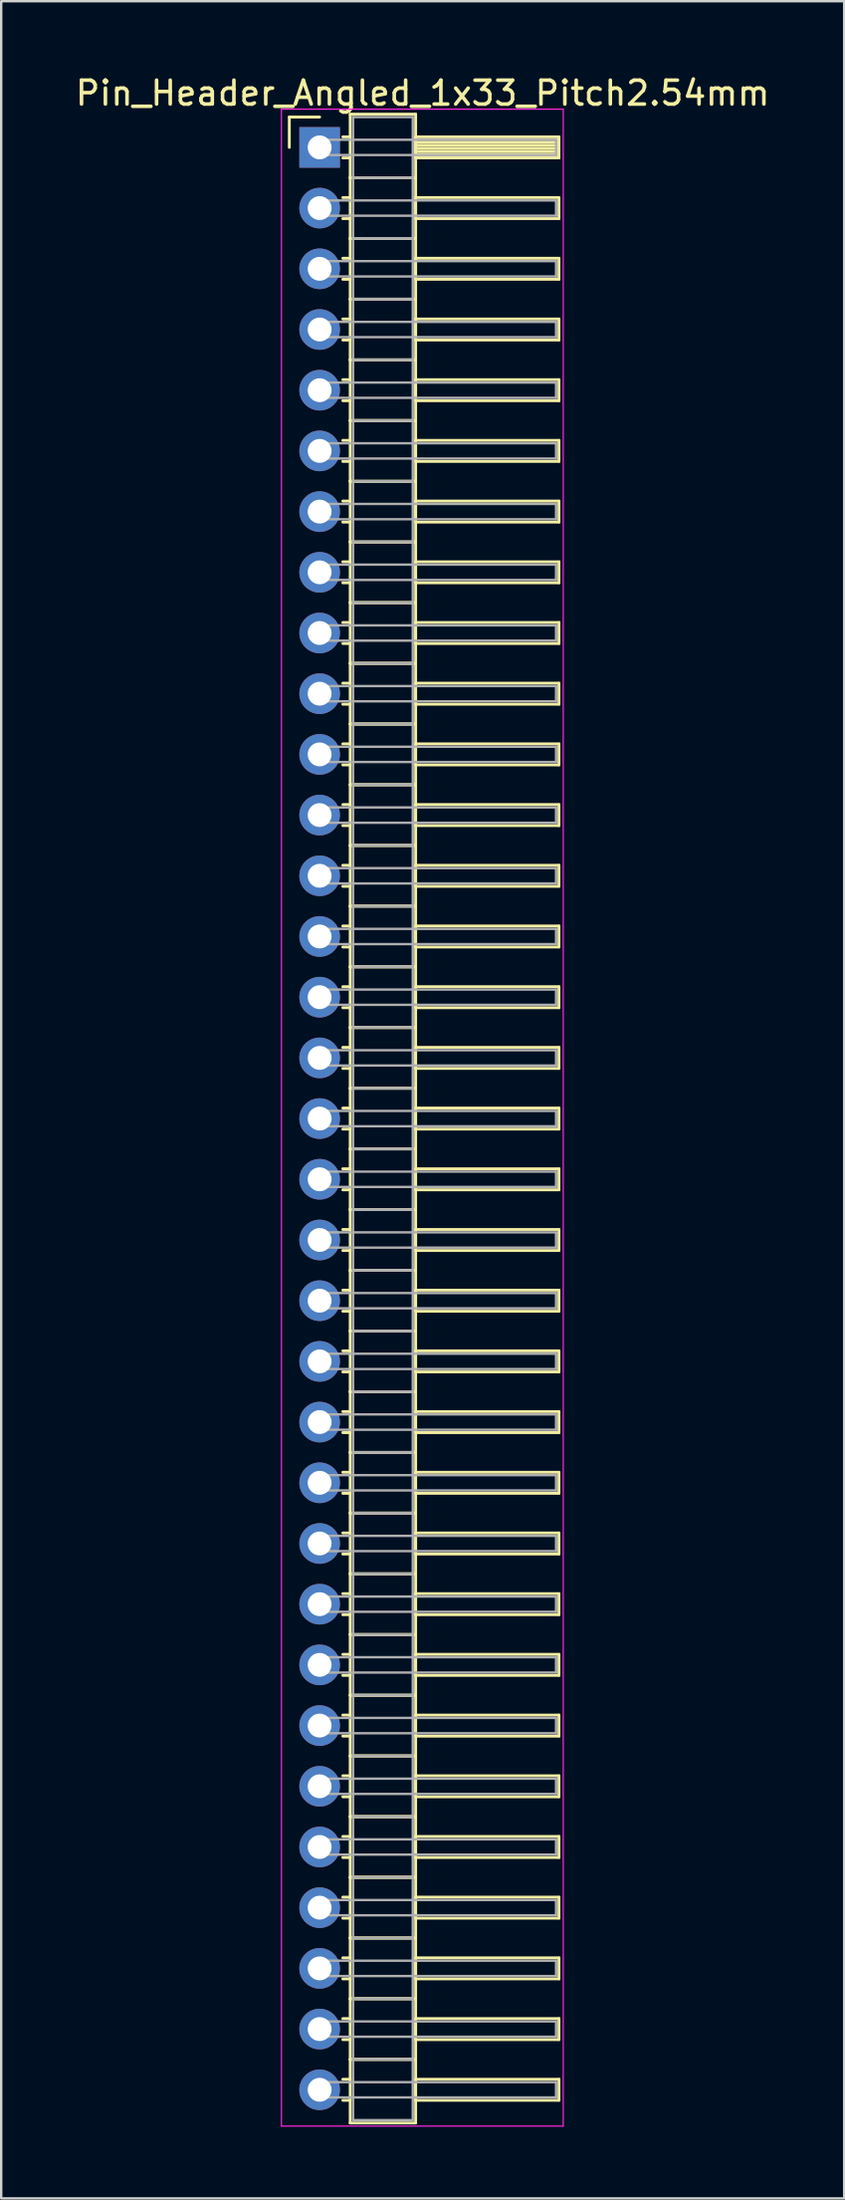
<source format=kicad_pcb>
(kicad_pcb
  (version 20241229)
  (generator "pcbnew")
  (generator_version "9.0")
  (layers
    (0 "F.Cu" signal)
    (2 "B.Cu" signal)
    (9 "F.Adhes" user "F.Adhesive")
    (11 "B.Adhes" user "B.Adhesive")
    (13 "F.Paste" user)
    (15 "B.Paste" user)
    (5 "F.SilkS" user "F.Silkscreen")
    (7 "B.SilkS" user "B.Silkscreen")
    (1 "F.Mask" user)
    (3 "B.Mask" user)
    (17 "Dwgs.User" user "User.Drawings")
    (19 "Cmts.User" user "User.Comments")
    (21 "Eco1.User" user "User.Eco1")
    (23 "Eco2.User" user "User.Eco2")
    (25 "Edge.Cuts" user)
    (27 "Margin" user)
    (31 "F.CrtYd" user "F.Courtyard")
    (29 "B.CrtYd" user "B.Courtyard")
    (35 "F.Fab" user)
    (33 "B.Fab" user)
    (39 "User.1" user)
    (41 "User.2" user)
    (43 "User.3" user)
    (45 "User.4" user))
  (footprint "Pin_Header_Angled_1x33_Pitch2.54mm"
    (layer "F.Cu")
    (at 10.334 3.118)
    (property "Reference" "Pin_Header_Angled_1x33_Pitch2.54mm" (at 4.315 -2.27 0) (layer "F.SilkS") (effects (font (size 1 1) (thickness 0.15))))
    (attr through_hole)
    (fp_line (start -1.27 -1.27) (end 0 -1.27) (stroke (width 0.12) (type solid)) (layer "F.SilkS"))
    (fp_line (start -1.27 0) (end -1.27 -1.27) (stroke (width 0.12) (type solid)) (layer "F.SilkS"))
    (fp_line (start 0.97 -0.44) (end 1.28 -0.44) (stroke (width 0.12) (type solid)) (layer "F.SilkS"))
    (fp_line (start 0.97 0.44) (end 1.28 0.44) (stroke (width 0.12) (type solid)) (layer "F.SilkS"))
    (fp_line (start 0.97 2.1) (end 1.28 2.1) (stroke (width 0.12) (type solid)) (layer "F.SilkS"))
    (fp_line (start 0.97 2.98) (end 1.28 2.98) (stroke (width 0.12) (type solid)) (layer "F.SilkS"))
    (fp_line (start 0.97 4.64) (end 1.28 4.64) (stroke (width 0.12) (type solid)) (layer "F.SilkS"))
    (fp_line (start 0.97 5.52) (end 1.28 5.52) (stroke (width 0.12) (type solid)) (layer "F.SilkS"))
    (fp_line (start 0.97 7.18) (end 1.28 7.18) (stroke (width 0.12) (type solid)) (layer "F.SilkS"))
    (fp_line (start 0.97 8.06) (end 1.28 8.06) (stroke (width 0.12) (type solid)) (layer "F.SilkS"))
    (fp_line (start 0.97 9.72) (end 1.28 9.72) (stroke (width 0.12) (type solid)) (layer "F.SilkS"))
    (fp_line (start 0.97 10.6) (end 1.28 10.6) (stroke (width 0.12) (type solid)) (layer "F.SilkS"))
    (fp_line (start 0.97 12.26) (end 1.28 12.26) (stroke (width 0.12) (type solid)) (layer "F.SilkS"))
    (fp_line (start 0.97 13.14) (end 1.28 13.14) (stroke (width 0.12) (type solid)) (layer "F.SilkS"))
    (fp_line (start 0.97 14.8) (end 1.28 14.8) (stroke (width 0.12) (type solid)) (layer "F.SilkS"))
    (fp_line (start 0.97 15.68) (end 1.28 15.68) (stroke (width 0.12) (type solid)) (layer "F.SilkS"))
    (fp_line (start 0.97 17.34) (end 1.28 17.34) (stroke (width 0.12) (type solid)) (layer "F.SilkS"))
    (fp_line (start 0.97 18.22) (end 1.28 18.22) (stroke (width 0.12) (type solid)) (layer "F.SilkS"))
    (fp_line (start 0.97 19.88) (end 1.28 19.88) (stroke (width 0.12) (type solid)) (layer "F.SilkS"))
    (fp_line (start 0.97 20.76) (end 1.28 20.76) (stroke (width 0.12) (type solid)) (layer "F.SilkS"))
    (fp_line (start 0.97 22.42) (end 1.28 22.42) (stroke (width 0.12) (type solid)) (layer "F.SilkS"))
    (fp_line (start 0.97 23.3) (end 1.28 23.3) (stroke (width 0.12) (type solid)) (layer "F.SilkS"))
    (fp_line (start 0.97 24.96) (end 1.28 24.96) (stroke (width 0.12) (type solid)) (layer "F.SilkS"))
    (fp_line (start 0.97 25.84) (end 1.28 25.84) (stroke (width 0.12) (type solid)) (layer "F.SilkS"))
    (fp_line (start 0.97 27.5) (end 1.28 27.5) (stroke (width 0.12) (type solid)) (layer "F.SilkS"))
    (fp_line (start 0.97 28.38) (end 1.28 28.38) (stroke (width 0.12) (type solid)) (layer "F.SilkS"))
    (fp_line (start 0.97 30.04) (end 1.28 30.04) (stroke (width 0.12) (type solid)) (layer "F.SilkS"))
    (fp_line (start 0.97 30.92) (end 1.28 30.92) (stroke (width 0.12) (type solid)) (layer "F.SilkS"))
    (fp_line (start 0.97 32.58) (end 1.28 32.58) (stroke (width 0.12) (type solid)) (layer "F.SilkS"))
    (fp_line (start 0.97 33.46) (end 1.28 33.46) (stroke (width 0.12) (type solid)) (layer "F.SilkS"))
    (fp_line (start 0.97 35.12) (end 1.28 35.12) (stroke (width 0.12) (type solid)) (layer "F.SilkS"))
    (fp_line (start 0.97 36) (end 1.28 36) (stroke (width 0.12) (type solid)) (layer "F.SilkS"))
    (fp_line (start 0.97 37.66) (end 1.28 37.66) (stroke (width 0.12) (type solid)) (layer "F.SilkS"))
    (fp_line (start 0.97 38.54) (end 1.28 38.54) (stroke (width 0.12) (type solid)) (layer "F.SilkS"))
    (fp_line (start 0.97 40.2) (end 1.28 40.2) (stroke (width 0.12) (type solid)) (layer "F.SilkS"))
    (fp_line (start 0.97 41.08) (end 1.28 41.08) (stroke (width 0.12) (type solid)) (layer "F.SilkS"))
    (fp_line (start 0.97 42.74) (end 1.28 42.74) (stroke (width 0.12) (type solid)) (layer "F.SilkS"))
    (fp_line (start 0.97 43.62) (end 1.28 43.62) (stroke (width 0.12) (type solid)) (layer "F.SilkS"))
    (fp_line (start 0.97 45.28) (end 1.28 45.28) (stroke (width 0.12) (type solid)) (layer "F.SilkS"))
    (fp_line (start 0.97 46.16) (end 1.28 46.16) (stroke (width 0.12) (type solid)) (layer "F.SilkS"))
    (fp_line (start 0.97 47.82) (end 1.28 47.82) (stroke (width 0.12) (type solid)) (layer "F.SilkS"))
    (fp_line (start 0.97 48.7) (end 1.28 48.7) (stroke (width 0.12) (type solid)) (layer "F.SilkS"))
    (fp_line (start 0.97 50.36) (end 1.28 50.36) (stroke (width 0.12) (type solid)) (layer "F.SilkS"))
    (fp_line (start 0.97 51.24) (end 1.28 51.24) (stroke (width 0.12) (type solid)) (layer "F.SilkS"))
    (fp_line (start 0.97 52.9) (end 1.28 52.9) (stroke (width 0.12) (type solid)) (layer "F.SilkS"))
    (fp_line (start 0.97 53.78) (end 1.28 53.78) (stroke (width 0.12) (type solid)) (layer "F.SilkS"))
    (fp_line (start 0.97 55.44) (end 1.28 55.44) (stroke (width 0.12) (type solid)) (layer "F.SilkS"))
    (fp_line (start 0.97 56.32) (end 1.28 56.32) (stroke (width 0.12) (type solid)) (layer "F.SilkS"))
    (fp_line (start 0.97 57.98) (end 1.28 57.98) (stroke (width 0.12) (type solid)) (layer "F.SilkS"))
    (fp_line (start 0.97 58.86) (end 1.28 58.86) (stroke (width 0.12) (type solid)) (layer "F.SilkS"))
    (fp_line (start 0.97 60.52) (end 1.28 60.52) (stroke (width 0.12) (type solid)) (layer "F.SilkS"))
    (fp_line (start 0.97 61.4) (end 1.28 61.4) (stroke (width 0.12) (type solid)) (layer "F.SilkS"))
    (fp_line (start 0.97 63.06) (end 1.28 63.06) (stroke (width 0.12) (type solid)) (layer "F.SilkS"))
    (fp_line (start 0.97 63.94) (end 1.28 63.94) (stroke (width 0.12) (type solid)) (layer "F.SilkS"))
    (fp_line (start 0.97 65.6) (end 1.28 65.6) (stroke (width 0.12) (type solid)) (layer "F.SilkS"))
    (fp_line (start 0.97 66.48) (end 1.28 66.48) (stroke (width 0.12) (type solid)) (layer "F.SilkS"))
    (fp_line (start 0.97 68.14) (end 1.28 68.14) (stroke (width 0.12) (type solid)) (layer "F.SilkS"))
    (fp_line (start 0.97 69.02) (end 1.28 69.02) (stroke (width 0.12) (type solid)) (layer "F.SilkS"))
    (fp_line (start 0.97 70.68) (end 1.28 70.68) (stroke (width 0.12) (type solid)) (layer "F.SilkS"))
    (fp_line (start 0.97 71.56) (end 1.28 71.56) (stroke (width 0.12) (type solid)) (layer "F.SilkS"))
    (fp_line (start 0.97 73.22) (end 1.28 73.22) (stroke (width 0.12) (type solid)) (layer "F.SilkS"))
    (fp_line (start 0.97 74.1) (end 1.28 74.1) (stroke (width 0.12) (type solid)) (layer "F.SilkS"))
    (fp_line (start 0.97 75.76) (end 1.28 75.76) (stroke (width 0.12) (type solid)) (layer "F.SilkS"))
    (fp_line (start 0.97 76.64) (end 1.28 76.64) (stroke (width 0.12) (type solid)) (layer "F.SilkS"))
    (fp_line (start 0.97 78.3) (end 1.28 78.3) (stroke (width 0.12) (type solid)) (layer "F.SilkS"))
    (fp_line (start 0.97 79.18) (end 1.28 79.18) (stroke (width 0.12) (type solid)) (layer "F.SilkS"))
    (fp_line (start 0.97 80.84) (end 1.28 80.84) (stroke (width 0.12) (type solid)) (layer "F.SilkS"))
    (fp_line (start 0.97 81.72) (end 1.28 81.72) (stroke (width 0.12) (type solid)) (layer "F.SilkS"))
    (fp_line (start 1.28 -1.39) (end 1.28 1.27) (stroke (width 0.12) (type solid)) (layer "F.SilkS"))
    (fp_line (start 1.28 1.27) (end 1.28 3.81) (stroke (width 0.12) (type solid)) (layer "F.SilkS"))
    (fp_line (start 1.28 1.27) (end 4.02 1.27) (stroke (width 0.12) (type solid)) (layer "F.SilkS"))
    (fp_line (start 1.28 3.81) (end 1.28 6.35) (stroke (width 0.12) (type solid)) (layer "F.SilkS"))
    (fp_line (start 1.28 3.81) (end 4.02 3.81) (stroke (width 0.12) (type solid)) (layer "F.SilkS"))
    (fp_line (start 1.28 6.35) (end 1.28 8.89) (stroke (width 0.12) (type solid)) (layer "F.SilkS"))
    (fp_line (start 1.28 6.35) (end 4.02 6.35) (stroke (width 0.12) (type solid)) (layer "F.SilkS"))
    (fp_line (start 1.28 8.89) (end 1.28 11.43) (stroke (width 0.12) (type solid)) (layer "F.SilkS"))
    (fp_line (start 1.28 8.89) (end 4.02 8.89) (stroke (width 0.12) (type solid)) (layer "F.SilkS"))
    (fp_line (start 1.28 11.43) (end 1.28 13.97) (stroke (width 0.12) (type solid)) (layer "F.SilkS"))
    (fp_line (start 1.28 11.43) (end 4.02 11.43) (stroke (width 0.12) (type solid)) (layer "F.SilkS"))
    (fp_line (start 1.28 13.97) (end 1.28 16.51) (stroke (width 0.12) (type solid)) (layer "F.SilkS"))
    (fp_line (start 1.28 13.97) (end 4.02 13.97) (stroke (width 0.12) (type solid)) (layer "F.SilkS"))
    (fp_line (start 1.28 16.51) (end 1.28 19.05) (stroke (width 0.12) (type solid)) (layer "F.SilkS"))
    (fp_line (start 1.28 16.51) (end 4.02 16.51) (stroke (width 0.12) (type solid)) (layer "F.SilkS"))
    (fp_line (start 1.28 19.05) (end 1.28 21.59) (stroke (width 0.12) (type solid)) (layer "F.SilkS"))
    (fp_line (start 1.28 19.05) (end 4.02 19.05) (stroke (width 0.12) (type solid)) (layer "F.SilkS"))
    (fp_line (start 1.28 21.59) (end 1.28 24.13) (stroke (width 0.12) (type solid)) (layer "F.SilkS"))
    (fp_line (start 1.28 21.59) (end 4.02 21.59) (stroke (width 0.12) (type solid)) (layer "F.SilkS"))
    (fp_line (start 1.28 24.13) (end 1.28 26.67) (stroke (width 0.12) (type solid)) (layer "F.SilkS"))
    (fp_line (start 1.28 24.13) (end 4.02 24.13) (stroke (width 0.12) (type solid)) (layer "F.SilkS"))
    (fp_line (start 1.28 26.67) (end 1.28 29.21) (stroke (width 0.12) (type solid)) (layer "F.SilkS"))
    (fp_line (start 1.28 26.67) (end 4.02 26.67) (stroke (width 0.12) (type solid)) (layer "F.SilkS"))
    (fp_line (start 1.28 29.21) (end 1.28 31.75) (stroke (width 0.12) (type solid)) (layer "F.SilkS"))
    (fp_line (start 1.28 29.21) (end 4.02 29.21) (stroke (width 0.12) (type solid)) (layer "F.SilkS"))
    (fp_line (start 1.28 31.75) (end 1.28 34.29) (stroke (width 0.12) (type solid)) (layer "F.SilkS"))
    (fp_line (start 1.28 31.75) (end 4.02 31.75) (stroke (width 0.12) (type solid)) (layer "F.SilkS"))
    (fp_line (start 1.28 34.29) (end 1.28 36.83) (stroke (width 0.12) (type solid)) (layer "F.SilkS"))
    (fp_line (start 1.28 34.29) (end 4.02 34.29) (stroke (width 0.12) (type solid)) (layer "F.SilkS"))
    (fp_line (start 1.28 36.83) (end 1.28 39.37) (stroke (width 0.12) (type solid)) (layer "F.SilkS"))
    (fp_line (start 1.28 36.83) (end 4.02 36.83) (stroke (width 0.12) (type solid)) (layer "F.SilkS"))
    (fp_line (start 1.28 39.37) (end 1.28 41.91) (stroke (width 0.12) (type solid)) (layer "F.SilkS"))
    (fp_line (start 1.28 39.37) (end 4.02 39.37) (stroke (width 0.12) (type solid)) (layer "F.SilkS"))
    (fp_line (start 1.28 41.91) (end 1.28 44.45) (stroke (width 0.12) (type solid)) (layer "F.SilkS"))
    (fp_line (start 1.28 41.91) (end 4.02 41.91) (stroke (width 0.12) (type solid)) (layer "F.SilkS"))
    (fp_line (start 1.28 44.45) (end 1.28 46.99) (stroke (width 0.12) (type solid)) (layer "F.SilkS"))
    (fp_line (start 1.28 44.45) (end 4.02 44.45) (stroke (width 0.12) (type solid)) (layer "F.SilkS"))
    (fp_line (start 1.28 46.99) (end 1.28 49.53) (stroke (width 0.12) (type solid)) (layer "F.SilkS"))
    (fp_line (start 1.28 46.99) (end 4.02 46.99) (stroke (width 0.12) (type solid)) (layer "F.SilkS"))
    (fp_line (start 1.28 49.53) (end 1.28 52.07) (stroke (width 0.12) (type solid)) (layer "F.SilkS"))
    (fp_line (start 1.28 49.53) (end 4.02 49.53) (stroke (width 0.12) (type solid)) (layer "F.SilkS"))
    (fp_line (start 1.28 52.07) (end 1.28 54.61) (stroke (width 0.12) (type solid)) (layer "F.SilkS"))
    (fp_line (start 1.28 52.07) (end 4.02 52.07) (stroke (width 0.12) (type solid)) (layer "F.SilkS"))
    (fp_line (start 1.28 54.61) (end 1.28 57.15) (stroke (width 0.12) (type solid)) (layer "F.SilkS"))
    (fp_line (start 1.28 54.61) (end 4.02 54.61) (stroke (width 0.12) (type solid)) (layer "F.SilkS"))
    (fp_line (start 1.28 57.15) (end 1.28 59.69) (stroke (width 0.12) (type solid)) (layer "F.SilkS"))
    (fp_line (start 1.28 57.15) (end 4.02 57.15) (stroke (width 0.12) (type solid)) (layer "F.SilkS"))
    (fp_line (start 1.28 59.69) (end 1.28 62.23) (stroke (width 0.12) (type solid)) (layer "F.SilkS"))
    (fp_line (start 1.28 59.69) (end 4.02 59.69) (stroke (width 0.12) (type solid)) (layer "F.SilkS"))
    (fp_line (start 1.28 62.23) (end 1.28 64.77) (stroke (width 0.12) (type solid)) (layer "F.SilkS"))
    (fp_line (start 1.28 62.23) (end 4.02 62.23) (stroke (width 0.12) (type solid)) (layer "F.SilkS"))
    (fp_line (start 1.28 64.77) (end 1.28 67.31) (stroke (width 0.12) (type solid)) (layer "F.SilkS"))
    (fp_line (start 1.28 64.77) (end 4.02 64.77) (stroke (width 0.12) (type solid)) (layer "F.SilkS"))
    (fp_line (start 1.28 67.31) (end 1.28 69.85) (stroke (width 0.12) (type solid)) (layer "F.SilkS"))
    (fp_line (start 1.28 67.31) (end 4.02 67.31) (stroke (width 0.12) (type solid)) (layer "F.SilkS"))
    (fp_line (start 1.28 69.85) (end 1.28 72.39) (stroke (width 0.12) (type solid)) (layer "F.SilkS"))
    (fp_line (start 1.28 69.85) (end 4.02 69.85) (stroke (width 0.12) (type solid)) (layer "F.SilkS"))
    (fp_line (start 1.28 72.39) (end 1.28 74.93) (stroke (width 0.12) (type solid)) (layer "F.SilkS"))
    (fp_line (start 1.28 72.39) (end 4.02 72.39) (stroke (width 0.12) (type solid)) (layer "F.SilkS"))
    (fp_line (start 1.28 74.93) (end 1.28 77.47) (stroke (width 0.12) (type solid)) (layer "F.SilkS"))
    (fp_line (start 1.28 74.93) (end 4.02 74.93) (stroke (width 0.12) (type solid)) (layer "F.SilkS"))
    (fp_line (start 1.28 77.47) (end 1.28 80.01) (stroke (width 0.12) (type solid)) (layer "F.SilkS"))
    (fp_line (start 1.28 77.47) (end 4.02 77.47) (stroke (width 0.12) (type solid)) (layer "F.SilkS"))
    (fp_line (start 1.28 80.01) (end 1.28 82.67) (stroke (width 0.12) (type solid)) (layer "F.SilkS"))
    (fp_line (start 1.28 80.01) (end 4.02 80.01) (stroke (width 0.12) (type solid)) (layer "F.SilkS"))
    (fp_line (start 1.28 82.67) (end 4.02 82.67) (stroke (width 0.12) (type solid)) (layer "F.SilkS"))
    (fp_line (start 4.02 -1.39) (end 1.28 -1.39) (stroke (width 0.12) (type solid)) (layer "F.SilkS"))
    (fp_line (start 4.02 -0.44) (end 4.02 0.44) (stroke (width 0.12) (type solid)) (layer "F.SilkS"))
    (fp_line (start 4.02 -0.32) (end 10.02 -0.32) (stroke (width 0.12) (type solid)) (layer "F.SilkS"))
    (fp_line (start 4.02 -0.2) (end 10.02 -0.2) (stroke (width 0.12) (type solid)) (layer "F.SilkS"))
    (fp_line (start 4.02 -0.08) (end 10.02 -0.08) (stroke (width 0.12) (type solid)) (layer "F.SilkS"))
    (fp_line (start 4.02 0.04) (end 10.02 0.04) (stroke (width 0.12) (type solid)) (layer "F.SilkS"))
    (fp_line (start 4.02 0.16) (end 10.02 0.16) (stroke (width 0.12) (type solid)) (layer "F.SilkS"))
    (fp_line (start 4.02 0.28) (end 10.02 0.28) (stroke (width 0.12) (type solid)) (layer "F.SilkS"))
    (fp_line (start 4.02 0.4) (end 10.02 0.4) (stroke (width 0.12) (type solid)) (layer "F.SilkS"))
    (fp_line (start 4.02 0.44) (end 10.02 0.44) (stroke (width 0.12) (type solid)) (layer "F.SilkS"))
    (fp_line (start 4.02 1.27) (end 1.28 1.27) (stroke (width 0.12) (type solid)) (layer "F.SilkS"))
    (fp_line (start 4.02 1.27) (end 4.02 -1.39) (stroke (width 0.12) (type solid)) (layer "F.SilkS"))
    (fp_line (start 4.02 2.1) (end 4.02 2.98) (stroke (width 0.12) (type solid)) (layer "F.SilkS"))
    (fp_line (start 4.02 2.98) (end 10.02 2.98) (stroke (width 0.12) (type solid)) (layer "F.SilkS"))
    (fp_line (start 4.02 3.81) (end 1.28 3.81) (stroke (width 0.12) (type solid)) (layer "F.SilkS"))
    (fp_line (start 4.02 3.81) (end 4.02 1.27) (stroke (width 0.12) (type solid)) (layer "F.SilkS"))
    (fp_line (start 4.02 4.64) (end 4.02 5.52) (stroke (width 0.12) (type solid)) (layer "F.SilkS"))
    (fp_line (start 4.02 5.52) (end 10.02 5.52) (stroke (width 0.12) (type solid)) (layer "F.SilkS"))
    (fp_line (start 4.02 6.35) (end 1.28 6.35) (stroke (width 0.12) (type solid)) (layer "F.SilkS"))
    (fp_line (start 4.02 6.35) (end 4.02 3.81) (stroke (width 0.12) (type solid)) (layer "F.SilkS"))
    (fp_line (start 4.02 7.18) (end 4.02 8.06) (stroke (width 0.12) (type solid)) (layer "F.SilkS"))
    (fp_line (start 4.02 8.06) (end 10.02 8.06) (stroke (width 0.12) (type solid)) (layer "F.SilkS"))
    (fp_line (start 4.02 8.89) (end 1.28 8.89) (stroke (width 0.12) (type solid)) (layer "F.SilkS"))
    (fp_line (start 4.02 8.89) (end 4.02 6.35) (stroke (width 0.12) (type solid)) (layer "F.SilkS"))
    (fp_line (start 4.02 9.72) (end 4.02 10.6) (stroke (width 0.12) (type solid)) (layer "F.SilkS"))
    (fp_line (start 4.02 10.6) (end 10.02 10.6) (stroke (width 0.12) (type solid)) (layer "F.SilkS"))
    (fp_line (start 4.02 11.43) (end 1.28 11.43) (stroke (width 0.12) (type solid)) (layer "F.SilkS"))
    (fp_line (start 4.02 11.43) (end 4.02 8.89) (stroke (width 0.12) (type solid)) (layer "F.SilkS"))
    (fp_line (start 4.02 12.26) (end 4.02 13.14) (stroke (width 0.12) (type solid)) (layer "F.SilkS"))
    (fp_line (start 4.02 13.14) (end 10.02 13.14) (stroke (width 0.12) (type solid)) (layer "F.SilkS"))
    (fp_line (start 4.02 13.97) (end 1.28 13.97) (stroke (width 0.12) (type solid)) (layer "F.SilkS"))
    (fp_line (start 4.02 13.97) (end 4.02 11.43) (stroke (width 0.12) (type solid)) (layer "F.SilkS"))
    (fp_line (start 4.02 14.8) (end 4.02 15.68) (stroke (width 0.12) (type solid)) (layer "F.SilkS"))
    (fp_line (start 4.02 15.68) (end 10.02 15.68) (stroke (width 0.12) (type solid)) (layer "F.SilkS"))
    (fp_line (start 4.02 16.51) (end 1.28 16.51) (stroke (width 0.12) (type solid)) (layer "F.SilkS"))
    (fp_line (start 4.02 16.51) (end 4.02 13.97) (stroke (width 0.12) (type solid)) (layer "F.SilkS"))
    (fp_line (start 4.02 17.34) (end 4.02 18.22) (stroke (width 0.12) (type solid)) (layer "F.SilkS"))
    (fp_line (start 4.02 18.22) (end 10.02 18.22) (stroke (width 0.12) (type solid)) (layer "F.SilkS"))
    (fp_line (start 4.02 19.05) (end 1.28 19.05) (stroke (width 0.12) (type solid)) (layer "F.SilkS"))
    (fp_line (start 4.02 19.05) (end 4.02 16.51) (stroke (width 0.12) (type solid)) (layer "F.SilkS"))
    (fp_line (start 4.02 19.88) (end 4.02 20.76) (stroke (width 0.12) (type solid)) (layer "F.SilkS"))
    (fp_line (start 4.02 20.76) (end 10.02 20.76) (stroke (width 0.12) (type solid)) (layer "F.SilkS"))
    (fp_line (start 4.02 21.59) (end 1.28 21.59) (stroke (width 0.12) (type solid)) (layer "F.SilkS"))
    (fp_line (start 4.02 21.59) (end 4.02 19.05) (stroke (width 0.12) (type solid)) (layer "F.SilkS"))
    (fp_line (start 4.02 22.42) (end 4.02 23.3) (stroke (width 0.12) (type solid)) (layer "F.SilkS"))
    (fp_line (start 4.02 23.3) (end 10.02 23.3) (stroke (width 0.12) (type solid)) (layer "F.SilkS"))
    (fp_line (start 4.02 24.13) (end 1.28 24.13) (stroke (width 0.12) (type solid)) (layer "F.SilkS"))
    (fp_line (start 4.02 24.13) (end 4.02 21.59) (stroke (width 0.12) (type solid)) (layer "F.SilkS"))
    (fp_line (start 4.02 24.96) (end 4.02 25.84) (stroke (width 0.12) (type solid)) (layer "F.SilkS"))
    (fp_line (start 4.02 25.84) (end 10.02 25.84) (stroke (width 0.12) (type solid)) (layer "F.SilkS"))
    (fp_line (start 4.02 26.67) (end 1.28 26.67) (stroke (width 0.12) (type solid)) (layer "F.SilkS"))
    (fp_line (start 4.02 26.67) (end 4.02 24.13) (stroke (width 0.12) (type solid)) (layer "F.SilkS"))
    (fp_line (start 4.02 27.5) (end 4.02 28.38) (stroke (width 0.12) (type solid)) (layer "F.SilkS"))
    (fp_line (start 4.02 28.38) (end 10.02 28.38) (stroke (width 0.12) (type solid)) (layer "F.SilkS"))
    (fp_line (start 4.02 29.21) (end 1.28 29.21) (stroke (width 0.12) (type solid)) (layer "F.SilkS"))
    (fp_line (start 4.02 29.21) (end 4.02 26.67) (stroke (width 0.12) (type solid)) (layer "F.SilkS"))
    (fp_line (start 4.02 30.04) (end 4.02 30.92) (stroke (width 0.12) (type solid)) (layer "F.SilkS"))
    (fp_line (start 4.02 30.92) (end 10.02 30.92) (stroke (width 0.12) (type solid)) (layer "F.SilkS"))
    (fp_line (start 4.02 31.75) (end 1.28 31.75) (stroke (width 0.12) (type solid)) (layer "F.SilkS"))
    (fp_line (start 4.02 31.75) (end 4.02 29.21) (stroke (width 0.12) (type solid)) (layer "F.SilkS"))
    (fp_line (start 4.02 32.58) (end 4.02 33.46) (stroke (width 0.12) (type solid)) (layer "F.SilkS"))
    (fp_line (start 4.02 33.46) (end 10.02 33.46) (stroke (width 0.12) (type solid)) (layer "F.SilkS"))
    (fp_line (start 4.02 34.29) (end 1.28 34.29) (stroke (width 0.12) (type solid)) (layer "F.SilkS"))
    (fp_line (start 4.02 34.29) (end 4.02 31.75) (stroke (width 0.12) (type solid)) (layer "F.SilkS"))
    (fp_line (start 4.02 35.12) (end 4.02 36) (stroke (width 0.12) (type solid)) (layer "F.SilkS"))
    (fp_line (start 4.02 36) (end 10.02 36) (stroke (width 0.12) (type solid)) (layer "F.SilkS"))
    (fp_line (start 4.02 36.83) (end 1.28 36.83) (stroke (width 0.12) (type solid)) (layer "F.SilkS"))
    (fp_line (start 4.02 36.83) (end 4.02 34.29) (stroke (width 0.12) (type solid)) (layer "F.SilkS"))
    (fp_line (start 4.02 37.66) (end 4.02 38.54) (stroke (width 0.12) (type solid)) (layer "F.SilkS"))
    (fp_line (start 4.02 38.54) (end 10.02 38.54) (stroke (width 0.12) (type solid)) (layer "F.SilkS"))
    (fp_line (start 4.02 39.37) (end 1.28 39.37) (stroke (width 0.12) (type solid)) (layer "F.SilkS"))
    (fp_line (start 4.02 39.37) (end 4.02 36.83) (stroke (width 0.12) (type solid)) (layer "F.SilkS"))
    (fp_line (start 4.02 40.2) (end 4.02 41.08) (stroke (width 0.12) (type solid)) (layer "F.SilkS"))
    (fp_line (start 4.02 41.08) (end 10.02 41.08) (stroke (width 0.12) (type solid)) (layer "F.SilkS"))
    (fp_line (start 4.02 41.91) (end 1.28 41.91) (stroke (width 0.12) (type solid)) (layer "F.SilkS"))
    (fp_line (start 4.02 41.91) (end 4.02 39.37) (stroke (width 0.12) (type solid)) (layer "F.SilkS"))
    (fp_line (start 4.02 42.74) (end 4.02 43.62) (stroke (width 0.12) (type solid)) (layer "F.SilkS"))
    (fp_line (start 4.02 43.62) (end 10.02 43.62) (stroke (width 0.12) (type solid)) (layer "F.SilkS"))
    (fp_line (start 4.02 44.45) (end 1.28 44.45) (stroke (width 0.12) (type solid)) (layer "F.SilkS"))
    (fp_line (start 4.02 44.45) (end 4.02 41.91) (stroke (width 0.12) (type solid)) (layer "F.SilkS"))
    (fp_line (start 4.02 45.28) (end 4.02 46.16) (stroke (width 0.12) (type solid)) (layer "F.SilkS"))
    (fp_line (start 4.02 46.16) (end 10.02 46.16) (stroke (width 0.12) (type solid)) (layer "F.SilkS"))
    (fp_line (start 4.02 46.99) (end 1.28 46.99) (stroke (width 0.12) (type solid)) (layer "F.SilkS"))
    (fp_line (start 4.02 46.99) (end 4.02 44.45) (stroke (width 0.12) (type solid)) (layer "F.SilkS"))
    (fp_line (start 4.02 47.82) (end 4.02 48.7) (stroke (width 0.12) (type solid)) (layer "F.SilkS"))
    (fp_line (start 4.02 48.7) (end 10.02 48.7) (stroke (width 0.12) (type solid)) (layer "F.SilkS"))
    (fp_line (start 4.02 49.53) (end 1.28 49.53) (stroke (width 0.12) (type solid)) (layer "F.SilkS"))
    (fp_line (start 4.02 49.53) (end 4.02 46.99) (stroke (width 0.12) (type solid)) (layer "F.SilkS"))
    (fp_line (start 4.02 50.36) (end 4.02 51.24) (stroke (width 0.12) (type solid)) (layer "F.SilkS"))
    (fp_line (start 4.02 51.24) (end 10.02 51.24) (stroke (width 0.12) (type solid)) (layer "F.SilkS"))
    (fp_line (start 4.02 52.07) (end 1.28 52.07) (stroke (width 0.12) (type solid)) (layer "F.SilkS"))
    (fp_line (start 4.02 52.07) (end 4.02 49.53) (stroke (width 0.12) (type solid)) (layer "F.SilkS"))
    (fp_line (start 4.02 52.9) (end 4.02 53.78) (stroke (width 0.12) (type solid)) (layer "F.SilkS"))
    (fp_line (start 4.02 53.78) (end 10.02 53.78) (stroke (width 0.12) (type solid)) (layer "F.SilkS"))
    (fp_line (start 4.02 54.61) (end 1.28 54.61) (stroke (width 0.12) (type solid)) (layer "F.SilkS"))
    (fp_line (start 4.02 54.61) (end 4.02 52.07) (stroke (width 0.12) (type solid)) (layer "F.SilkS"))
    (fp_line (start 4.02 55.44) (end 4.02 56.32) (stroke (width 0.12) (type solid)) (layer "F.SilkS"))
    (fp_line (start 4.02 56.32) (end 10.02 56.32) (stroke (width 0.12) (type solid)) (layer "F.SilkS"))
    (fp_line (start 4.02 57.15) (end 1.28 57.15) (stroke (width 0.12) (type solid)) (layer "F.SilkS"))
    (fp_line (start 4.02 57.15) (end 4.02 54.61) (stroke (width 0.12) (type solid)) (layer "F.SilkS"))
    (fp_line (start 4.02 57.98) (end 4.02 58.86) (stroke (width 0.12) (type solid)) (layer "F.SilkS"))
    (fp_line (start 4.02 58.86) (end 10.02 58.86) (stroke (width 0.12) (type solid)) (layer "F.SilkS"))
    (fp_line (start 4.02 59.69) (end 1.28 59.69) (stroke (width 0.12) (type solid)) (layer "F.SilkS"))
    (fp_line (start 4.02 59.69) (end 4.02 57.15) (stroke (width 0.12) (type solid)) (layer "F.SilkS"))
    (fp_line (start 4.02 60.52) (end 4.02 61.4) (stroke (width 0.12) (type solid)) (layer "F.SilkS"))
    (fp_line (start 4.02 61.4) (end 10.02 61.4) (stroke (width 0.12) (type solid)) (layer "F.SilkS"))
    (fp_line (start 4.02 62.23) (end 1.28 62.23) (stroke (width 0.12) (type solid)) (layer "F.SilkS"))
    (fp_line (start 4.02 62.23) (end 4.02 59.69) (stroke (width 0.12) (type solid)) (layer "F.SilkS"))
    (fp_line (start 4.02 63.06) (end 4.02 63.94) (stroke (width 0.12) (type solid)) (layer "F.SilkS"))
    (fp_line (start 4.02 63.94) (end 10.02 63.94) (stroke (width 0.12) (type solid)) (layer "F.SilkS"))
    (fp_line (start 4.02 64.77) (end 1.28 64.77) (stroke (width 0.12) (type solid)) (layer "F.SilkS"))
    (fp_line (start 4.02 64.77) (end 4.02 62.23) (stroke (width 0.12) (type solid)) (layer "F.SilkS"))
    (fp_line (start 4.02 65.6) (end 4.02 66.48) (stroke (width 0.12) (type solid)) (layer "F.SilkS"))
    (fp_line (start 4.02 66.48) (end 10.02 66.48) (stroke (width 0.12) (type solid)) (layer "F.SilkS"))
    (fp_line (start 4.02 67.31) (end 1.28 67.31) (stroke (width 0.12) (type solid)) (layer "F.SilkS"))
    (fp_line (start 4.02 67.31) (end 4.02 64.77) (stroke (width 0.12) (type solid)) (layer "F.SilkS"))
    (fp_line (start 4.02 68.14) (end 4.02 69.02) (stroke (width 0.12) (type solid)) (layer "F.SilkS"))
    (fp_line (start 4.02 69.02) (end 10.02 69.02) (stroke (width 0.12) (type solid)) (layer "F.SilkS"))
    (fp_line (start 4.02 69.85) (end 1.28 69.85) (stroke (width 0.12) (type solid)) (layer "F.SilkS"))
    (fp_line (start 4.02 69.85) (end 4.02 67.31) (stroke (width 0.12) (type solid)) (layer "F.SilkS"))
    (fp_line (start 4.02 70.68) (end 4.02 71.56) (stroke (width 0.12) (type solid)) (layer "F.SilkS"))
    (fp_line (start 4.02 71.56) (end 10.02 71.56) (stroke (width 0.12) (type solid)) (layer "F.SilkS"))
    (fp_line (start 4.02 72.39) (end 1.28 72.39) (stroke (width 0.12) (type solid)) (layer "F.SilkS"))
    (fp_line (start 4.02 72.39) (end 4.02 69.85) (stroke (width 0.12) (type solid)) (layer "F.SilkS"))
    (fp_line (start 4.02 73.22) (end 4.02 74.1) (stroke (width 0.12) (type solid)) (layer "F.SilkS"))
    (fp_line (start 4.02 74.1) (end 10.02 74.1) (stroke (width 0.12) (type solid)) (layer "F.SilkS"))
    (fp_line (start 4.02 74.93) (end 1.28 74.93) (stroke (width 0.12) (type solid)) (layer "F.SilkS"))
    (fp_line (start 4.02 74.93) (end 4.02 72.39) (stroke (width 0.12) (type solid)) (layer "F.SilkS"))
    (fp_line (start 4.02 75.76) (end 4.02 76.64) (stroke (width 0.12) (type solid)) (layer "F.SilkS"))
    (fp_line (start 4.02 76.64) (end 10.02 76.64) (stroke (width 0.12) (type solid)) (layer "F.SilkS"))
    (fp_line (start 4.02 77.47) (end 1.28 77.47) (stroke (width 0.12) (type solid)) (layer "F.SilkS"))
    (fp_line (start 4.02 77.47) (end 4.02 74.93) (stroke (width 0.12) (type solid)) (layer "F.SilkS"))
    (fp_line (start 4.02 78.3) (end 4.02 79.18) (stroke (width 0.12) (type solid)) (layer "F.SilkS"))
    (fp_line (start 4.02 79.18) (end 10.02 79.18) (stroke (width 0.12) (type solid)) (layer "F.SilkS"))
    (fp_line (start 4.02 80.01) (end 1.28 80.01) (stroke (width 0.12) (type solid)) (layer "F.SilkS"))
    (fp_line (start 4.02 80.01) (end 4.02 77.47) (stroke (width 0.12) (type solid)) (layer "F.SilkS"))
    (fp_line (start 4.02 80.84) (end 4.02 81.72) (stroke (width 0.12) (type solid)) (layer "F.SilkS"))
    (fp_line (start 4.02 81.72) (end 10.02 81.72) (stroke (width 0.12) (type solid)) (layer "F.SilkS"))
    (fp_line (start 4.02 82.67) (end 4.02 80.01) (stroke (width 0.12) (type solid)) (layer "F.SilkS"))
    (fp_line (start 10.02 -0.44) (end 4.02 -0.44) (stroke (width 0.12) (type solid)) (layer "F.SilkS"))
    (fp_line (start 10.02 0.44) (end 10.02 -0.44) (stroke (width 0.12) (type solid)) (layer "F.SilkS"))
    (fp_line (start 10.02 2.1) (end 4.02 2.1) (stroke (width 0.12) (type solid)) (layer "F.SilkS"))
    (fp_line (start 10.02 2.98) (end 10.02 2.1) (stroke (width 0.12) (type solid)) (layer "F.SilkS"))
    (fp_line (start 10.02 4.64) (end 4.02 4.64) (stroke (width 0.12) (type solid)) (layer "F.SilkS"))
    (fp_line (start 10.02 5.52) (end 10.02 4.64) (stroke (width 0.12) (type solid)) (layer "F.SilkS"))
    (fp_line (start 10.02 7.18) (end 4.02 7.18) (stroke (width 0.12) (type solid)) (layer "F.SilkS"))
    (fp_line (start 10.02 8.06) (end 10.02 7.18) (stroke (width 0.12) (type solid)) (layer "F.SilkS"))
    (fp_line (start 10.02 9.72) (end 4.02 9.72) (stroke (width 0.12) (type solid)) (layer "F.SilkS"))
    (fp_line (start 10.02 10.6) (end 10.02 9.72) (stroke (width 0.12) (type solid)) (layer "F.SilkS"))
    (fp_line (start 10.02 12.26) (end 4.02 12.26) (stroke (width 0.12) (type solid)) (layer "F.SilkS"))
    (fp_line (start 10.02 13.14) (end 10.02 12.26) (stroke (width 0.12) (type solid)) (layer "F.SilkS"))
    (fp_line (start 10.02 14.8) (end 4.02 14.8) (stroke (width 0.12) (type solid)) (layer "F.SilkS"))
    (fp_line (start 10.02 15.68) (end 10.02 14.8) (stroke (width 0.12) (type solid)) (layer "F.SilkS"))
    (fp_line (start 10.02 17.34) (end 4.02 17.34) (stroke (width 0.12) (type solid)) (layer "F.SilkS"))
    (fp_line (start 10.02 18.22) (end 10.02 17.34) (stroke (width 0.12) (type solid)) (layer "F.SilkS"))
    (fp_line (start 10.02 19.88) (end 4.02 19.88) (stroke (width 0.12) (type solid)) (layer "F.SilkS"))
    (fp_line (start 10.02 20.76) (end 10.02 19.88) (stroke (width 0.12) (type solid)) (layer "F.SilkS"))
    (fp_line (start 10.02 22.42) (end 4.02 22.42) (stroke (width 0.12) (type solid)) (layer "F.SilkS"))
    (fp_line (start 10.02 23.3) (end 10.02 22.42) (stroke (width 0.12) (type solid)) (layer "F.SilkS"))
    (fp_line (start 10.02 24.96) (end 4.02 24.96) (stroke (width 0.12) (type solid)) (layer "F.SilkS"))
    (fp_line (start 10.02 25.84) (end 10.02 24.96) (stroke (width 0.12) (type solid)) (layer "F.SilkS"))
    (fp_line (start 10.02 27.5) (end 4.02 27.5) (stroke (width 0.12) (type solid)) (layer "F.SilkS"))
    (fp_line (start 10.02 28.38) (end 10.02 27.5) (stroke (width 0.12) (type solid)) (layer "F.SilkS"))
    (fp_line (start 10.02 30.04) (end 4.02 30.04) (stroke (width 0.12) (type solid)) (layer "F.SilkS"))
    (fp_line (start 10.02 30.92) (end 10.02 30.04) (stroke (width 0.12) (type solid)) (layer "F.SilkS"))
    (fp_line (start 10.02 32.58) (end 4.02 32.58) (stroke (width 0.12) (type solid)) (layer "F.SilkS"))
    (fp_line (start 10.02 33.46) (end 10.02 32.58) (stroke (width 0.12) (type solid)) (layer "F.SilkS"))
    (fp_line (start 10.02 35.12) (end 4.02 35.12) (stroke (width 0.12) (type solid)) (layer "F.SilkS"))
    (fp_line (start 10.02 36) (end 10.02 35.12) (stroke (width 0.12) (type solid)) (layer "F.SilkS"))
    (fp_line (start 10.02 37.66) (end 4.02 37.66) (stroke (width 0.12) (type solid)) (layer "F.SilkS"))
    (fp_line (start 10.02 38.54) (end 10.02 37.66) (stroke (width 0.12) (type solid)) (layer "F.SilkS"))
    (fp_line (start 10.02 40.2) (end 4.02 40.2) (stroke (width 0.12) (type solid)) (layer "F.SilkS"))
    (fp_line (start 10.02 41.08) (end 10.02 40.2) (stroke (width 0.12) (type solid)) (layer "F.SilkS"))
    (fp_line (start 10.02 42.74) (end 4.02 42.74) (stroke (width 0.12) (type solid)) (layer "F.SilkS"))
    (fp_line (start 10.02 43.62) (end 10.02 42.74) (stroke (width 0.12) (type solid)) (layer "F.SilkS"))
    (fp_line (start 10.02 45.28) (end 4.02 45.28) (stroke (width 0.12) (type solid)) (layer "F.SilkS"))
    (fp_line (start 10.02 46.16) (end 10.02 45.28) (stroke (width 0.12) (type solid)) (layer "F.SilkS"))
    (fp_line (start 10.02 47.82) (end 4.02 47.82) (stroke (width 0.12) (type solid)) (layer "F.SilkS"))
    (fp_line (start 10.02 48.7) (end 10.02 47.82) (stroke (width 0.12) (type solid)) (layer "F.SilkS"))
    (fp_line (start 10.02 50.36) (end 4.02 50.36) (stroke (width 0.12) (type solid)) (layer "F.SilkS"))
    (fp_line (start 10.02 51.24) (end 10.02 50.36) (stroke (width 0.12) (type solid)) (layer "F.SilkS"))
    (fp_line (start 10.02 52.9) (end 4.02 52.9) (stroke (width 0.12) (type solid)) (layer "F.SilkS"))
    (fp_line (start 10.02 53.78) (end 10.02 52.9) (stroke (width 0.12) (type solid)) (layer "F.SilkS"))
    (fp_line (start 10.02 55.44) (end 4.02 55.44) (stroke (width 0.12) (type solid)) (layer "F.SilkS"))
    (fp_line (start 10.02 56.32) (end 10.02 55.44) (stroke (width 0.12) (type solid)) (layer "F.SilkS"))
    (fp_line (start 10.02 57.98) (end 4.02 57.98) (stroke (width 0.12) (type solid)) (layer "F.SilkS"))
    (fp_line (start 10.02 58.86) (end 10.02 57.98) (stroke (width 0.12) (type solid)) (layer "F.SilkS"))
    (fp_line (start 10.02 60.52) (end 4.02 60.52) (stroke (width 0.12) (type solid)) (layer "F.SilkS"))
    (fp_line (start 10.02 61.4) (end 10.02 60.52) (stroke (width 0.12) (type solid)) (layer "F.SilkS"))
    (fp_line (start 10.02 63.06) (end 4.02 63.06) (stroke (width 0.12) (type solid)) (layer "F.SilkS"))
    (fp_line (start 10.02 63.94) (end 10.02 63.06) (stroke (width 0.12) (type solid)) (layer "F.SilkS"))
    (fp_line (start 10.02 65.6) (end 4.02 65.6) (stroke (width 0.12) (type solid)) (layer "F.SilkS"))
    (fp_line (start 10.02 66.48) (end 10.02 65.6) (stroke (width 0.12) (type solid)) (layer "F.SilkS"))
    (fp_line (start 10.02 68.14) (end 4.02 68.14) (stroke (width 0.12) (type solid)) (layer "F.SilkS"))
    (fp_line (start 10.02 69.02) (end 10.02 68.14) (stroke (width 0.12) (type solid)) (layer "F.SilkS"))
    (fp_line (start 10.02 70.68) (end 4.02 70.68) (stroke (width 0.12) (type solid)) (layer "F.SilkS"))
    (fp_line (start 10.02 71.56) (end 10.02 70.68) (stroke (width 0.12) (type solid)) (layer "F.SilkS"))
    (fp_line (start 10.02 73.22) (end 4.02 73.22) (stroke (width 0.12) (type solid)) (layer "F.SilkS"))
    (fp_line (start 10.02 74.1) (end 10.02 73.22) (stroke (width 0.12) (type solid)) (layer "F.SilkS"))
    (fp_line (start 10.02 75.76) (end 4.02 75.76) (stroke (width 0.12) (type solid)) (layer "F.SilkS"))
    (fp_line (start 10.02 76.64) (end 10.02 75.76) (stroke (width 0.12) (type solid)) (layer "F.SilkS"))
    (fp_line (start 10.02 78.3) (end 4.02 78.3) (stroke (width 0.12) (type solid)) (layer "F.SilkS"))
    (fp_line (start 10.02 79.18) (end 10.02 78.3) (stroke (width 0.12) (type solid)) (layer "F.SilkS"))
    (fp_line (start 10.02 80.84) (end 4.02 80.84) (stroke (width 0.12) (type solid)) (layer "F.SilkS"))
    (fp_line (start 10.02 81.72) (end 10.02 80.84) (stroke (width 0.12) (type solid)) (layer "F.SilkS"))
    (fp_line (start -1.6 -1.6) (end -1.6 82.8) (stroke (width 0.05) (type solid)) (layer "F.CrtYd"))
    (fp_line (start -1.6 82.8) (end 10.2 82.8) (stroke (width 0.05) (type solid)) (layer "F.CrtYd"))
    (fp_line (start 10.2 -1.6) (end -1.6 -1.6) (stroke (width 0.05) (type solid)) (layer "F.CrtYd"))
    (fp_line (start 10.2 82.8) (end 10.2 -1.6) (stroke (width 0.05) (type solid)) (layer "F.CrtYd"))
    (fp_line (start 0 -0.32) (end 0 0.32) (stroke (width 0.1) (type solid)) (layer "F.Fab"))
    (fp_line (start 0 0.32) (end 9.9 0.32) (stroke (width 0.1) (type solid)) (layer "F.Fab"))
    (fp_line (start 0 2.22) (end 0 2.86) (stroke (width 0.1) (type solid)) (layer "F.Fab"))
    (fp_line (start 0 2.86) (end 9.9 2.86) (stroke (width 0.1) (type solid)) (layer "F.Fab"))
    (fp_line (start 0 4.76) (end 0 5.4) (stroke (width 0.1) (type solid)) (layer "F.Fab"))
    (fp_line (start 0 5.4) (end 9.9 5.4) (stroke (width 0.1) (type solid)) (layer "F.Fab"))
    (fp_line (start 0 7.3) (end 0 7.94) (stroke (width 0.1) (type solid)) (layer "F.Fab"))
    (fp_line (start 0 7.94) (end 9.9 7.94) (stroke (width 0.1) (type solid)) (layer "F.Fab"))
    (fp_line (start 0 9.84) (end 0 10.48) (stroke (width 0.1) (type solid)) (layer "F.Fab"))
    (fp_line (start 0 10.48) (end 9.9 10.48) (stroke (width 0.1) (type solid)) (layer "F.Fab"))
    (fp_line (start 0 12.38) (end 0 13.02) (stroke (width 0.1) (type solid)) (layer "F.Fab"))
    (fp_line (start 0 13.02) (end 9.9 13.02) (stroke (width 0.1) (type solid)) (layer "F.Fab"))
    (fp_line (start 0 14.92) (end 0 15.56) (stroke (width 0.1) (type solid)) (layer "F.Fab"))
    (fp_line (start 0 15.56) (end 9.9 15.56) (stroke (width 0.1) (type solid)) (layer "F.Fab"))
    (fp_line (start 0 17.46) (end 0 18.1) (stroke (width 0.1) (type solid)) (layer "F.Fab"))
    (fp_line (start 0 18.1) (end 9.9 18.1) (stroke (width 0.1) (type solid)) (layer "F.Fab"))
    (fp_line (start 0 20) (end 0 20.64) (stroke (width 0.1) (type solid)) (layer "F.Fab"))
    (fp_line (start 0 20.64) (end 9.9 20.64) (stroke (width 0.1) (type solid)) (layer "F.Fab"))
    (fp_line (start 0 22.54) (end 0 23.18) (stroke (width 0.1) (type solid)) (layer "F.Fab"))
    (fp_line (start 0 23.18) (end 9.9 23.18) (stroke (width 0.1) (type solid)) (layer "F.Fab"))
    (fp_line (start 0 25.08) (end 0 25.72) (stroke (width 0.1) (type solid)) (layer "F.Fab"))
    (fp_line (start 0 25.72) (end 9.9 25.72) (stroke (width 0.1) (type solid)) (layer "F.Fab"))
    (fp_line (start 0 27.62) (end 0 28.26) (stroke (width 0.1) (type solid)) (layer "F.Fab"))
    (fp_line (start 0 28.26) (end 9.9 28.26) (stroke (width 0.1) (type solid)) (layer "F.Fab"))
    (fp_line (start 0 30.16) (end 0 30.8) (stroke (width 0.1) (type solid)) (layer "F.Fab"))
    (fp_line (start 0 30.8) (end 9.9 30.8) (stroke (width 0.1) (type solid)) (layer "F.Fab"))
    (fp_line (start 0 32.7) (end 0 33.34) (stroke (width 0.1) (type solid)) (layer "F.Fab"))
    (fp_line (start 0 33.34) (end 9.9 33.34) (stroke (width 0.1) (type solid)) (layer "F.Fab"))
    (fp_line (start 0 35.24) (end 0 35.88) (stroke (width 0.1) (type solid)) (layer "F.Fab"))
    (fp_line (start 0 35.88) (end 9.9 35.88) (stroke (width 0.1) (type solid)) (layer "F.Fab"))
    (fp_line (start 0 37.78) (end 0 38.42) (stroke (width 0.1) (type solid)) (layer "F.Fab"))
    (fp_line (start 0 38.42) (end 9.9 38.42) (stroke (width 0.1) (type solid)) (layer "F.Fab"))
    (fp_line (start 0 40.32) (end 0 40.96) (stroke (width 0.1) (type solid)) (layer "F.Fab"))
    (fp_line (start 0 40.96) (end 9.9 40.96) (stroke (width 0.1) (type solid)) (layer "F.Fab"))
    (fp_line (start 0 42.86) (end 0 43.5) (stroke (width 0.1) (type solid)) (layer "F.Fab"))
    (fp_line (start 0 43.5) (end 9.9 43.5) (stroke (width 0.1) (type solid)) (layer "F.Fab"))
    (fp_line (start 0 45.4) (end 0 46.04) (stroke (width 0.1) (type solid)) (layer "F.Fab"))
    (fp_line (start 0 46.04) (end 9.9 46.04) (stroke (width 0.1) (type solid)) (layer "F.Fab"))
    (fp_line (start 0 47.94) (end 0 48.58) (stroke (width 0.1) (type solid)) (layer "F.Fab"))
    (fp_line (start 0 48.58) (end 9.9 48.58) (stroke (width 0.1) (type solid)) (layer "F.Fab"))
    (fp_line (start 0 50.48) (end 0 51.12) (stroke (width 0.1) (type solid)) (layer "F.Fab"))
    (fp_line (start 0 51.12) (end 9.9 51.12) (stroke (width 0.1) (type solid)) (layer "F.Fab"))
    (fp_line (start 0 53.02) (end 0 53.66) (stroke (width 0.1) (type solid)) (layer "F.Fab"))
    (fp_line (start 0 53.66) (end 9.9 53.66) (stroke (width 0.1) (type solid)) (layer "F.Fab"))
    (fp_line (start 0 55.56) (end 0 56.2) (stroke (width 0.1) (type solid)) (layer "F.Fab"))
    (fp_line (start 0 56.2) (end 9.9 56.2) (stroke (width 0.1) (type solid)) (layer "F.Fab"))
    (fp_line (start 0 58.1) (end 0 58.74) (stroke (width 0.1) (type solid)) (layer "F.Fab"))
    (fp_line (start 0 58.74) (end 9.9 58.74) (stroke (width 0.1) (type solid)) (layer "F.Fab"))
    (fp_line (start 0 60.64) (end 0 61.28) (stroke (width 0.1) (type solid)) (layer "F.Fab"))
    (fp_line (start 0 61.28) (end 9.9 61.28) (stroke (width 0.1) (type solid)) (layer "F.Fab"))
    (fp_line (start 0 63.18) (end 0 63.82) (stroke (width 0.1) (type solid)) (layer "F.Fab"))
    (fp_line (start 0 63.82) (end 9.9 63.82) (stroke (width 0.1) (type solid)) (layer "F.Fab"))
    (fp_line (start 0 65.72) (end 0 66.36) (stroke (width 0.1) (type solid)) (layer "F.Fab"))
    (fp_line (start 0 66.36) (end 9.9 66.36) (stroke (width 0.1) (type solid)) (layer "F.Fab"))
    (fp_line (start 0 68.26) (end 0 68.9) (stroke (width 0.1) (type solid)) (layer "F.Fab"))
    (fp_line (start 0 68.9) (end 9.9 68.9) (stroke (width 0.1) (type solid)) (layer "F.Fab"))
    (fp_line (start 0 70.8) (end 0 71.44) (stroke (width 0.1) (type solid)) (layer "F.Fab"))
    (fp_line (start 0 71.44) (end 9.9 71.44) (stroke (width 0.1) (type solid)) (layer "F.Fab"))
    (fp_line (start 0 73.34) (end 0 73.98) (stroke (width 0.1) (type solid)) (layer "F.Fab"))
    (fp_line (start 0 73.98) (end 9.9 73.98) (stroke (width 0.1) (type solid)) (layer "F.Fab"))
    (fp_line (start 0 75.88) (end 0 76.52) (stroke (width 0.1) (type solid)) (layer "F.Fab"))
    (fp_line (start 0 76.52) (end 9.9 76.52) (stroke (width 0.1) (type solid)) (layer "F.Fab"))
    (fp_line (start 0 78.42) (end 0 79.06) (stroke (width 0.1) (type solid)) (layer "F.Fab"))
    (fp_line (start 0 79.06) (end 9.9 79.06) (stroke (width 0.1) (type solid)) (layer "F.Fab"))
    (fp_line (start 0 80.96) (end 0 81.6) (stroke (width 0.1) (type solid)) (layer "F.Fab"))
    (fp_line (start 0 81.6) (end 9.9 81.6) (stroke (width 0.1) (type solid)) (layer "F.Fab"))
    (fp_line (start 1.4 -1.27) (end 1.4 1.27) (stroke (width 0.1) (type solid)) (layer "F.Fab"))
    (fp_line (start 1.4 1.27) (end 1.4 3.81) (stroke (width 0.1) (type solid)) (layer "F.Fab"))
    (fp_line (start 1.4 1.27) (end 3.9 1.27) (stroke (width 0.1) (type solid)) (layer "F.Fab"))
    (fp_line (start 1.4 3.81) (end 1.4 6.35) (stroke (width 0.1) (type solid)) (layer "F.Fab"))
    (fp_line (start 1.4 3.81) (end 3.9 3.81) (stroke (width 0.1) (type solid)) (layer "F.Fab"))
    (fp_line (start 1.4 6.35) (end 1.4 8.89) (stroke (width 0.1) (type solid)) (layer "F.Fab"))
    (fp_line (start 1.4 6.35) (end 3.9 6.35) (stroke (width 0.1) (type solid)) (layer "F.Fab"))
    (fp_line (start 1.4 8.89) (end 1.4 11.43) (stroke (width 0.1) (type solid)) (layer "F.Fab"))
    (fp_line (start 1.4 8.89) (end 3.9 8.89) (stroke (width 0.1) (type solid)) (layer "F.Fab"))
    (fp_line (start 1.4 11.43) (end 1.4 13.97) (stroke (width 0.1) (type solid)) (layer "F.Fab"))
    (fp_line (start 1.4 11.43) (end 3.9 11.43) (stroke (width 0.1) (type solid)) (layer "F.Fab"))
    (fp_line (start 1.4 13.97) (end 1.4 16.51) (stroke (width 0.1) (type solid)) (layer "F.Fab"))
    (fp_line (start 1.4 13.97) (end 3.9 13.97) (stroke (width 0.1) (type solid)) (layer "F.Fab"))
    (fp_line (start 1.4 16.51) (end 1.4 19.05) (stroke (width 0.1) (type solid)) (layer "F.Fab"))
    (fp_line (start 1.4 16.51) (end 3.9 16.51) (stroke (width 0.1) (type solid)) (layer "F.Fab"))
    (fp_line (start 1.4 19.05) (end 1.4 21.59) (stroke (width 0.1) (type solid)) (layer "F.Fab"))
    (fp_line (start 1.4 19.05) (end 3.9 19.05) (stroke (width 0.1) (type solid)) (layer "F.Fab"))
    (fp_line (start 1.4 21.59) (end 1.4 24.13) (stroke (width 0.1) (type solid)) (layer "F.Fab"))
    (fp_line (start 1.4 21.59) (end 3.9 21.59) (stroke (width 0.1) (type solid)) (layer "F.Fab"))
    (fp_line (start 1.4 24.13) (end 1.4 26.67) (stroke (width 0.1) (type solid)) (layer "F.Fab"))
    (fp_line (start 1.4 24.13) (end 3.9 24.13) (stroke (width 0.1) (type solid)) (layer "F.Fab"))
    (fp_line (start 1.4 26.67) (end 1.4 29.21) (stroke (width 0.1) (type solid)) (layer "F.Fab"))
    (fp_line (start 1.4 26.67) (end 3.9 26.67) (stroke (width 0.1) (type solid)) (layer "F.Fab"))
    (fp_line (start 1.4 29.21) (end 1.4 31.75) (stroke (width 0.1) (type solid)) (layer "F.Fab"))
    (fp_line (start 1.4 29.21) (end 3.9 29.21) (stroke (width 0.1) (type solid)) (layer "F.Fab"))
    (fp_line (start 1.4 31.75) (end 1.4 34.29) (stroke (width 0.1) (type solid)) (layer "F.Fab"))
    (fp_line (start 1.4 31.75) (end 3.9 31.75) (stroke (width 0.1) (type solid)) (layer "F.Fab"))
    (fp_line (start 1.4 34.29) (end 1.4 36.83) (stroke (width 0.1) (type solid)) (layer "F.Fab"))
    (fp_line (start 1.4 34.29) (end 3.9 34.29) (stroke (width 0.1) (type solid)) (layer "F.Fab"))
    (fp_line (start 1.4 36.83) (end 1.4 39.37) (stroke (width 0.1) (type solid)) (layer "F.Fab"))
    (fp_line (start 1.4 36.83) (end 3.9 36.83) (stroke (width 0.1) (type solid)) (layer "F.Fab"))
    (fp_line (start 1.4 39.37) (end 1.4 41.91) (stroke (width 0.1) (type solid)) (layer "F.Fab"))
    (fp_line (start 1.4 39.37) (end 3.9 39.37) (stroke (width 0.1) (type solid)) (layer "F.Fab"))
    (fp_line (start 1.4 41.91) (end 1.4 44.45) (stroke (width 0.1) (type solid)) (layer "F.Fab"))
    (fp_line (start 1.4 41.91) (end 3.9 41.91) (stroke (width 0.1) (type solid)) (layer "F.Fab"))
    (fp_line (start 1.4 44.45) (end 1.4 46.99) (stroke (width 0.1) (type solid)) (layer "F.Fab"))
    (fp_line (start 1.4 44.45) (end 3.9 44.45) (stroke (width 0.1) (type solid)) (layer "F.Fab"))
    (fp_line (start 1.4 46.99) (end 1.4 49.53) (stroke (width 0.1) (type solid)) (layer "F.Fab"))
    (fp_line (start 1.4 46.99) (end 3.9 46.99) (stroke (width 0.1) (type solid)) (layer "F.Fab"))
    (fp_line (start 1.4 49.53) (end 1.4 52.07) (stroke (width 0.1) (type solid)) (layer "F.Fab"))
    (fp_line (start 1.4 49.53) (end 3.9 49.53) (stroke (width 0.1) (type solid)) (layer "F.Fab"))
    (fp_line (start 1.4 52.07) (end 1.4 54.61) (stroke (width 0.1) (type solid)) (layer "F.Fab"))
    (fp_line (start 1.4 52.07) (end 3.9 52.07) (stroke (width 0.1) (type solid)) (layer "F.Fab"))
    (fp_line (start 1.4 54.61) (end 1.4 57.15) (stroke (width 0.1) (type solid)) (layer "F.Fab"))
    (fp_line (start 1.4 54.61) (end 3.9 54.61) (stroke (width 0.1) (type solid)) (layer "F.Fab"))
    (fp_line (start 1.4 57.15) (end 1.4 59.69) (stroke (width 0.1) (type solid)) (layer "F.Fab"))
    (fp_line (start 1.4 57.15) (end 3.9 57.15) (stroke (width 0.1) (type solid)) (layer "F.Fab"))
    (fp_line (start 1.4 59.69) (end 1.4 62.23) (stroke (width 0.1) (type solid)) (layer "F.Fab"))
    (fp_line (start 1.4 59.69) (end 3.9 59.69) (stroke (width 0.1) (type solid)) (layer "F.Fab"))
    (fp_line (start 1.4 62.23) (end 1.4 64.77) (stroke (width 0.1) (type solid)) (layer "F.Fab"))
    (fp_line (start 1.4 62.23) (end 3.9 62.23) (stroke (width 0.1) (type solid)) (layer "F.Fab"))
    (fp_line (start 1.4 64.77) (end 1.4 67.31) (stroke (width 0.1) (type solid)) (layer "F.Fab"))
    (fp_line (start 1.4 64.77) (end 3.9 64.77) (stroke (width 0.1) (type solid)) (layer "F.Fab"))
    (fp_line (start 1.4 67.31) (end 1.4 69.85) (stroke (width 0.1) (type solid)) (layer "F.Fab"))
    (fp_line (start 1.4 67.31) (end 3.9 67.31) (stroke (width 0.1) (type solid)) (layer "F.Fab"))
    (fp_line (start 1.4 69.85) (end 1.4 72.39) (stroke (width 0.1) (type solid)) (layer "F.Fab"))
    (fp_line (start 1.4 69.85) (end 3.9 69.85) (stroke (width 0.1) (type solid)) (layer "F.Fab"))
    (fp_line (start 1.4 72.39) (end 1.4 74.93) (stroke (width 0.1) (type solid)) (layer "F.Fab"))
    (fp_line (start 1.4 72.39) (end 3.9 72.39) (stroke (width 0.1) (type solid)) (layer "F.Fab"))
    (fp_line (start 1.4 74.93) (end 1.4 77.47) (stroke (width 0.1) (type solid)) (layer "F.Fab"))
    (fp_line (start 1.4 74.93) (end 3.9 74.93) (stroke (width 0.1) (type solid)) (layer "F.Fab"))
    (fp_line (start 1.4 77.47) (end 1.4 80.01) (stroke (width 0.1) (type solid)) (layer "F.Fab"))
    (fp_line (start 1.4 77.47) (end 3.9 77.47) (stroke (width 0.1) (type solid)) (layer "F.Fab"))
    (fp_line (start 1.4 80.01) (end 1.4 82.55) (stroke (width 0.1) (type solid)) (layer "F.Fab"))
    (fp_line (start 1.4 80.01) (end 3.9 80.01) (stroke (width 0.1) (type solid)) (layer "F.Fab"))
    (fp_line (start 1.4 82.55) (end 3.9 82.55) (stroke (width 0.1) (type solid)) (layer "F.Fab"))
    (fp_line (start 3.9 -1.27) (end 1.4 -1.27) (stroke (width 0.1) (type solid)) (layer "F.Fab"))
    (fp_line (start 3.9 1.27) (end 1.4 1.27) (stroke (width 0.1) (type solid)) (layer "F.Fab"))
    (fp_line (start 3.9 1.27) (end 3.9 -1.27) (stroke (width 0.1) (type solid)) (layer "F.Fab"))
    (fp_line (start 3.9 3.81) (end 1.4 3.81) (stroke (width 0.1) (type solid)) (layer "F.Fab"))
    (fp_line (start 3.9 3.81) (end 3.9 1.27) (stroke (width 0.1) (type solid)) (layer "F.Fab"))
    (fp_line (start 3.9 6.35) (end 1.4 6.35) (stroke (width 0.1) (type solid)) (layer "F.Fab"))
    (fp_line (start 3.9 6.35) (end 3.9 3.81) (stroke (width 0.1) (type solid)) (layer "F.Fab"))
    (fp_line (start 3.9 8.89) (end 1.4 8.89) (stroke (width 0.1) (type solid)) (layer "F.Fab"))
    (fp_line (start 3.9 8.89) (end 3.9 6.35) (stroke (width 0.1) (type solid)) (layer "F.Fab"))
    (fp_line (start 3.9 11.43) (end 1.4 11.43) (stroke (width 0.1) (type solid)) (layer "F.Fab"))
    (fp_line (start 3.9 11.43) (end 3.9 8.89) (stroke (width 0.1) (type solid)) (layer "F.Fab"))
    (fp_line (start 3.9 13.97) (end 1.4 13.97) (stroke (width 0.1) (type solid)) (layer "F.Fab"))
    (fp_line (start 3.9 13.97) (end 3.9 11.43) (stroke (width 0.1) (type solid)) (layer "F.Fab"))
    (fp_line (start 3.9 16.51) (end 1.4 16.51) (stroke (width 0.1) (type solid)) (layer "F.Fab"))
    (fp_line (start 3.9 16.51) (end 3.9 13.97) (stroke (width 0.1) (type solid)) (layer "F.Fab"))
    (fp_line (start 3.9 19.05) (end 1.4 19.05) (stroke (width 0.1) (type solid)) (layer "F.Fab"))
    (fp_line (start 3.9 19.05) (end 3.9 16.51) (stroke (width 0.1) (type solid)) (layer "F.Fab"))
    (fp_line (start 3.9 21.59) (end 1.4 21.59) (stroke (width 0.1) (type solid)) (layer "F.Fab"))
    (fp_line (start 3.9 21.59) (end 3.9 19.05) (stroke (width 0.1) (type solid)) (layer "F.Fab"))
    (fp_line (start 3.9 24.13) (end 1.4 24.13) (stroke (width 0.1) (type solid)) (layer "F.Fab"))
    (fp_line (start 3.9 24.13) (end 3.9 21.59) (stroke (width 0.1) (type solid)) (layer "F.Fab"))
    (fp_line (start 3.9 26.67) (end 1.4 26.67) (stroke (width 0.1) (type solid)) (layer "F.Fab"))
    (fp_line (start 3.9 26.67) (end 3.9 24.13) (stroke (width 0.1) (type solid)) (layer "F.Fab"))
    (fp_line (start 3.9 29.21) (end 1.4 29.21) (stroke (width 0.1) (type solid)) (layer "F.Fab"))
    (fp_line (start 3.9 29.21) (end 3.9 26.67) (stroke (width 0.1) (type solid)) (layer "F.Fab"))
    (fp_line (start 3.9 31.75) (end 1.4 31.75) (stroke (width 0.1) (type solid)) (layer "F.Fab"))
    (fp_line (start 3.9 31.75) (end 3.9 29.21) (stroke (width 0.1) (type solid)) (layer "F.Fab"))
    (fp_line (start 3.9 34.29) (end 1.4 34.29) (stroke (width 0.1) (type solid)) (layer "F.Fab"))
    (fp_line (start 3.9 34.29) (end 3.9 31.75) (stroke (width 0.1) (type solid)) (layer "F.Fab"))
    (fp_line (start 3.9 36.83) (end 1.4 36.83) (stroke (width 0.1) (type solid)) (layer "F.Fab"))
    (fp_line (start 3.9 36.83) (end 3.9 34.29) (stroke (width 0.1) (type solid)) (layer "F.Fab"))
    (fp_line (start 3.9 39.37) (end 1.4 39.37) (stroke (width 0.1) (type solid)) (layer "F.Fab"))
    (fp_line (start 3.9 39.37) (end 3.9 36.83) (stroke (width 0.1) (type solid)) (layer "F.Fab"))
    (fp_line (start 3.9 41.91) (end 1.4 41.91) (stroke (width 0.1) (type solid)) (layer "F.Fab"))
    (fp_line (start 3.9 41.91) (end 3.9 39.37) (stroke (width 0.1) (type solid)) (layer "F.Fab"))
    (fp_line (start 3.9 44.45) (end 1.4 44.45) (stroke (width 0.1) (type solid)) (layer "F.Fab"))
    (fp_line (start 3.9 44.45) (end 3.9 41.91) (stroke (width 0.1) (type solid)) (layer "F.Fab"))
    (fp_line (start 3.9 46.99) (end 1.4 46.99) (stroke (width 0.1) (type solid)) (layer "F.Fab"))
    (fp_line (start 3.9 46.99) (end 3.9 44.45) (stroke (width 0.1) (type solid)) (layer "F.Fab"))
    (fp_line (start 3.9 49.53) (end 1.4 49.53) (stroke (width 0.1) (type solid)) (layer "F.Fab"))
    (fp_line (start 3.9 49.53) (end 3.9 46.99) (stroke (width 0.1) (type solid)) (layer "F.Fab"))
    (fp_line (start 3.9 52.07) (end 1.4 52.07) (stroke (width 0.1) (type solid)) (layer "F.Fab"))
    (fp_line (start 3.9 52.07) (end 3.9 49.53) (stroke (width 0.1) (type solid)) (layer "F.Fab"))
    (fp_line (start 3.9 54.61) (end 1.4 54.61) (stroke (width 0.1) (type solid)) (layer "F.Fab"))
    (fp_line (start 3.9 54.61) (end 3.9 52.07) (stroke (width 0.1) (type solid)) (layer "F.Fab"))
    (fp_line (start 3.9 57.15) (end 1.4 57.15) (stroke (width 0.1) (type solid)) (layer "F.Fab"))
    (fp_line (start 3.9 57.15) (end 3.9 54.61) (stroke (width 0.1) (type solid)) (layer "F.Fab"))
    (fp_line (start 3.9 59.69) (end 1.4 59.69) (stroke (width 0.1) (type solid)) (layer "F.Fab"))
    (fp_line (start 3.9 59.69) (end 3.9 57.15) (stroke (width 0.1) (type solid)) (layer "F.Fab"))
    (fp_line (start 3.9 62.23) (end 1.4 62.23) (stroke (width 0.1) (type solid)) (layer "F.Fab"))
    (fp_line (start 3.9 62.23) (end 3.9 59.69) (stroke (width 0.1) (type solid)) (layer "F.Fab"))
    (fp_line (start 3.9 64.77) (end 1.4 64.77) (stroke (width 0.1) (type solid)) (layer "F.Fab"))
    (fp_line (start 3.9 64.77) (end 3.9 62.23) (stroke (width 0.1) (type solid)) (layer "F.Fab"))
    (fp_line (start 3.9 67.31) (end 1.4 67.31) (stroke (width 0.1) (type solid)) (layer "F.Fab"))
    (fp_line (start 3.9 67.31) (end 3.9 64.77) (stroke (width 0.1) (type solid)) (layer "F.Fab"))
    (fp_line (start 3.9 69.85) (end 1.4 69.85) (stroke (width 0.1) (type solid)) (layer "F.Fab"))
    (fp_line (start 3.9 69.85) (end 3.9 67.31) (stroke (width 0.1) (type solid)) (layer "F.Fab"))
    (fp_line (start 3.9 72.39) (end 1.4 72.39) (stroke (width 0.1) (type solid)) (layer "F.Fab"))
    (fp_line (start 3.9 72.39) (end 3.9 69.85) (stroke (width 0.1) (type solid)) (layer "F.Fab"))
    (fp_line (start 3.9 74.93) (end 1.4 74.93) (stroke (width 0.1) (type solid)) (layer "F.Fab"))
    (fp_line (start 3.9 74.93) (end 3.9 72.39) (stroke (width 0.1) (type solid)) (layer "F.Fab"))
    (fp_line (start 3.9 77.47) (end 1.4 77.47) (stroke (width 0.1) (type solid)) (layer "F.Fab"))
    (fp_line (start 3.9 77.47) (end 3.9 74.93) (stroke (width 0.1) (type solid)) (layer "F.Fab"))
    (fp_line (start 3.9 80.01) (end 1.4 80.01) (stroke (width 0.1) (type solid)) (layer "F.Fab"))
    (fp_line (start 3.9 80.01) (end 3.9 77.47) (stroke (width 0.1) (type solid)) (layer "F.Fab"))
    (fp_line (start 3.9 82.55) (end 3.9 80.01) (stroke (width 0.1) (type solid)) (layer "F.Fab"))
    (fp_line (start 9.9 -0.32) (end 0 -0.32) (stroke (width 0.1) (type solid)) (layer "F.Fab"))
    (fp_line (start 9.9 0.32) (end 9.9 -0.32) (stroke (width 0.1) (type solid)) (layer "F.Fab"))
    (fp_line (start 9.9 2.22) (end 0 2.22) (stroke (width 0.1) (type solid)) (layer "F.Fab"))
    (fp_line (start 9.9 2.86) (end 9.9 2.22) (stroke (width 0.1) (type solid)) (layer "F.Fab"))
    (fp_line (start 9.9 4.76) (end 0 4.76) (stroke (width 0.1) (type solid)) (layer "F.Fab"))
    (fp_line (start 9.9 5.4) (end 9.9 4.76) (stroke (width 0.1) (type solid)) (layer "F.Fab"))
    (fp_line (start 9.9 7.3) (end 0 7.3) (stroke (width 0.1) (type solid)) (layer "F.Fab"))
    (fp_line (start 9.9 7.94) (end 9.9 7.3) (stroke (width 0.1) (type solid)) (layer "F.Fab"))
    (fp_line (start 9.9 9.84) (end 0 9.84) (stroke (width 0.1) (type solid)) (layer "F.Fab"))
    (fp_line (start 9.9 10.48) (end 9.9 9.84) (stroke (width 0.1) (type solid)) (layer "F.Fab"))
    (fp_line (start 9.9 12.38) (end 0 12.38) (stroke (width 0.1) (type solid)) (layer "F.Fab"))
    (fp_line (start 9.9 13.02) (end 9.9 12.38) (stroke (width 0.1) (type solid)) (layer "F.Fab"))
    (fp_line (start 9.9 14.92) (end 0 14.92) (stroke (width 0.1) (type solid)) (layer "F.Fab"))
    (fp_line (start 9.9 15.56) (end 9.9 14.92) (stroke (width 0.1) (type solid)) (layer "F.Fab"))
    (fp_line (start 9.9 17.46) (end 0 17.46) (stroke (width 0.1) (type solid)) (layer "F.Fab"))
    (fp_line (start 9.9 18.1) (end 9.9 17.46) (stroke (width 0.1) (type solid)) (layer "F.Fab"))
    (fp_line (start 9.9 20) (end 0 20) (stroke (width 0.1) (type solid)) (layer "F.Fab"))
    (fp_line (start 9.9 20.64) (end 9.9 20) (stroke (width 0.1) (type solid)) (layer "F.Fab"))
    (fp_line (start 9.9 22.54) (end 0 22.54) (stroke (width 0.1) (type solid)) (layer "F.Fab"))
    (fp_line (start 9.9 23.18) (end 9.9 22.54) (stroke (width 0.1) (type solid)) (layer "F.Fab"))
    (fp_line (start 9.9 25.08) (end 0 25.08) (stroke (width 0.1) (type solid)) (layer "F.Fab"))
    (fp_line (start 9.9 25.72) (end 9.9 25.08) (stroke (width 0.1) (type solid)) (layer "F.Fab"))
    (fp_line (start 9.9 27.62) (end 0 27.62) (stroke (width 0.1) (type solid)) (layer "F.Fab"))
    (fp_line (start 9.9 28.26) (end 9.9 27.62) (stroke (width 0.1) (type solid)) (layer "F.Fab"))
    (fp_line (start 9.9 30.16) (end 0 30.16) (stroke (width 0.1) (type solid)) (layer "F.Fab"))
    (fp_line (start 9.9 30.8) (end 9.9 30.16) (stroke (width 0.1) (type solid)) (layer "F.Fab"))
    (fp_line (start 9.9 32.7) (end 0 32.7) (stroke (width 0.1) (type solid)) (layer "F.Fab"))
    (fp_line (start 9.9 33.34) (end 9.9 32.7) (stroke (width 0.1) (type solid)) (layer "F.Fab"))
    (fp_line (start 9.9 35.24) (end 0 35.24) (stroke (width 0.1) (type solid)) (layer "F.Fab"))
    (fp_line (start 9.9 35.88) (end 9.9 35.24) (stroke (width 0.1) (type solid)) (layer "F.Fab"))
    (fp_line (start 9.9 37.78) (end 0 37.78) (stroke (width 0.1) (type solid)) (layer "F.Fab"))
    (fp_line (start 9.9 38.42) (end 9.9 37.78) (stroke (width 0.1) (type solid)) (layer "F.Fab"))
    (fp_line (start 9.9 40.32) (end 0 40.32) (stroke (width 0.1) (type solid)) (layer "F.Fab"))
    (fp_line (start 9.9 40.96) (end 9.9 40.32) (stroke (width 0.1) (type solid)) (layer "F.Fab"))
    (fp_line (start 9.9 42.86) (end 0 42.86) (stroke (width 0.1) (type solid)) (layer "F.Fab"))
    (fp_line (start 9.9 43.5) (end 9.9 42.86) (stroke (width 0.1) (type solid)) (layer "F.Fab"))
    (fp_line (start 9.9 45.4) (end 0 45.4) (stroke (width 0.1) (type solid)) (layer "F.Fab"))
    (fp_line (start 9.9 46.04) (end 9.9 45.4) (stroke (width 0.1) (type solid)) (layer "F.Fab"))
    (fp_line (start 9.9 47.94) (end 0 47.94) (stroke (width 0.1) (type solid)) (layer "F.Fab"))
    (fp_line (start 9.9 48.58) (end 9.9 47.94) (stroke (width 0.1) (type solid)) (layer "F.Fab"))
    (fp_line (start 9.9 50.48) (end 0 50.48) (stroke (width 0.1) (type solid)) (layer "F.Fab"))
    (fp_line (start 9.9 51.12) (end 9.9 50.48) (stroke (width 0.1) (type solid)) (layer "F.Fab"))
    (fp_line (start 9.9 53.02) (end 0 53.02) (stroke (width 0.1) (type solid)) (layer "F.Fab"))
    (fp_line (start 9.9 53.66) (end 9.9 53.02) (stroke (width 0.1) (type solid)) (layer "F.Fab"))
    (fp_line (start 9.9 55.56) (end 0 55.56) (stroke (width 0.1) (type solid)) (layer "F.Fab"))
    (fp_line (start 9.9 56.2) (end 9.9 55.56) (stroke (width 0.1) (type solid)) (layer "F.Fab"))
    (fp_line (start 9.9 58.1) (end 0 58.1) (stroke (width 0.1) (type solid)) (layer "F.Fab"))
    (fp_line (start 9.9 58.74) (end 9.9 58.1) (stroke (width 0.1) (type solid)) (layer "F.Fab"))
    (fp_line (start 9.9 60.64) (end 0 60.64) (stroke (width 0.1) (type solid)) (layer "F.Fab"))
    (fp_line (start 9.9 61.28) (end 9.9 60.64) (stroke (width 0.1) (type solid)) (layer "F.Fab"))
    (fp_line (start 9.9 63.18) (end 0 63.18) (stroke (width 0.1) (type solid)) (layer "F.Fab"))
    (fp_line (start 9.9 63.82) (end 9.9 63.18) (stroke (width 0.1) (type solid)) (layer "F.Fab"))
    (fp_line (start 9.9 65.72) (end 0 65.72) (stroke (width 0.1) (type solid)) (layer "F.Fab"))
    (fp_line (start 9.9 66.36) (end 9.9 65.72) (stroke (width 0.1) (type solid)) (layer "F.Fab"))
    (fp_line (start 9.9 68.26) (end 0 68.26) (stroke (width 0.1) (type solid)) (layer "F.Fab"))
    (fp_line (start 9.9 68.9) (end 9.9 68.26) (stroke (width 0.1) (type solid)) (layer "F.Fab"))
    (fp_line (start 9.9 70.8) (end 0 70.8) (stroke (width 0.1) (type solid)) (layer "F.Fab"))
    (fp_line (start 9.9 71.44) (end 9.9 70.8) (stroke (width 0.1) (type solid)) (layer "F.Fab"))
    (fp_line (start 9.9 73.34) (end 0 73.34) (stroke (width 0.1) (type solid)) (layer "F.Fab"))
    (fp_line (start 9.9 73.98) (end 9.9 73.34) (stroke (width 0.1) (type solid)) (layer "F.Fab"))
    (fp_line (start 9.9 75.88) (end 0 75.88) (stroke (width 0.1) (type solid)) (layer "F.Fab"))
    (fp_line (start 9.9 76.52) (end 9.9 75.88) (stroke (width 0.1) (type solid)) (layer "F.Fab"))
    (fp_line (start 9.9 78.42) (end 0 78.42) (stroke (width 0.1) (type solid)) (layer "F.Fab"))
    (fp_line (start 9.9 79.06) (end 9.9 78.42) (stroke (width 0.1) (type solid)) (layer "F.Fab"))
    (fp_line (start 9.9 80.96) (end 0 80.96) (stroke (width 0.1) (type solid)) (layer "F.Fab"))
    (fp_line (start 9.9 81.6) (end 9.9 80.96) (stroke (width 0.1) (type solid)) (layer "F.Fab"))
    (pad "1" thru_hole rect (at 0 0) (size 1.7 1.7) (drill 1) (layers "*.Cu" "*.Mask"))
    (pad "2" thru_hole oval (at 0 2.54) (size 1.7 1.7) (drill 1) (layers "*.Cu" "*.Mask"))
    (pad "3" thru_hole oval (at 0 5.08) (size 1.7 1.7) (drill 1) (layers "*.Cu" "*.Mask"))
    (pad "4" thru_hole oval (at 0 7.62) (size 1.7 1.7) (drill 1) (layers "*.Cu" "*.Mask"))
    (pad "5" thru_hole oval (at 0 10.16) (size 1.7 1.7) (drill 1) (layers "*.Cu" "*.Mask"))
    (pad "6" thru_hole oval (at 0 12.7) (size 1.7 1.7) (drill 1) (layers "*.Cu" "*.Mask"))
    (pad "7" thru_hole oval (at 0 15.24) (size 1.7 1.7) (drill 1) (layers "*.Cu" "*.Mask"))
    (pad "8" thru_hole oval (at 0 17.78) (size 1.7 1.7) (drill 1) (layers "*.Cu" "*.Mask"))
    (pad "9" thru_hole oval (at 0 20.32) (size 1.7 1.7) (drill 1) (layers "*.Cu" "*.Mask"))
    (pad "10" thru_hole oval (at 0 22.86) (size 1.7 1.7) (drill 1) (layers "*.Cu" "*.Mask"))
    (pad "11" thru_hole oval (at 0 25.4) (size 1.7 1.7) (drill 1) (layers "*.Cu" "*.Mask"))
    (pad "12" thru_hole oval (at 0 27.94) (size 1.7 1.7) (drill 1) (layers "*.Cu" "*.Mask"))
    (pad "13" thru_hole oval (at 0 30.48) (size 1.7 1.7) (drill 1) (layers "*.Cu" "*.Mask"))
    (pad "14" thru_hole oval (at 0 33.02) (size 1.7 1.7) (drill 1) (layers "*.Cu" "*.Mask"))
    (pad "15" thru_hole oval (at 0 35.56) (size 1.7 1.7) (drill 1) (layers "*.Cu" "*.Mask"))
    (pad "16" thru_hole oval (at 0 38.1) (size 1.7 1.7) (drill 1) (layers "*.Cu" "*.Mask"))
    (pad "17" thru_hole oval (at 0 40.64) (size 1.7 1.7) (drill 1) (layers "*.Cu" "*.Mask"))
    (pad "18" thru_hole oval (at 0 43.18) (size 1.7 1.7) (drill 1) (layers "*.Cu" "*.Mask"))
    (pad "19" thru_hole oval (at 0 45.72) (size 1.7 1.7) (drill 1) (layers "*.Cu" "*.Mask"))
    (pad "20" thru_hole oval (at 0 48.26) (size 1.7 1.7) (drill 1) (layers "*.Cu" "*.Mask"))
    (pad "21" thru_hole oval (at 0 50.8) (size 1.7 1.7) (drill 1) (layers "*.Cu" "*.Mask"))
    (pad "22" thru_hole oval (at 0 53.34) (size 1.7 1.7) (drill 1) (layers "*.Cu" "*.Mask"))
    (pad "23" thru_hole oval (at 0 55.88) (size 1.7 1.7) (drill 1) (layers "*.Cu" "*.Mask"))
    (pad "24" thru_hole oval (at 0 58.42) (size 1.7 1.7) (drill 1) (layers "*.Cu" "*.Mask"))
    (pad "25" thru_hole oval (at 0 60.96) (size 1.7 1.7) (drill 1) (layers "*.Cu" "*.Mask"))
    (pad "26" thru_hole oval (at 0 63.5) (size 1.7 1.7) (drill 1) (layers "*.Cu" "*.Mask"))
    (pad "27" thru_hole oval (at 0 66.04) (size 1.7 1.7) (drill 1) (layers "*.Cu" "*.Mask"))
    (pad "28" thru_hole oval (at 0 68.58) (size 1.7 1.7) (drill 1) (layers "*.Cu" "*.Mask"))
    (pad "29" thru_hole oval (at 0 71.12) (size 1.7 1.7) (drill 1) (layers "*.Cu" "*.Mask"))
    (pad "30" thru_hole oval (at 0 73.66) (size 1.7 1.7) (drill 1) (layers "*.Cu" "*.Mask"))
    (pad "31" thru_hole oval (at 0 76.2) (size 1.7 1.7) (drill 1) (layers "*.Cu" "*.Mask"))
    (pad "32" thru_hole oval (at 0 78.74) (size 1.7 1.7) (drill 1) (layers "*.Cu" "*.Mask"))
    (pad "33" thru_hole oval (at 0 81.28) (size 1.7 1.7) (drill 1) (layers "*.Cu" "*.Mask")))
  (gr_rect
    (start -3 -3)
    (end 32.298 88.943)
    (stroke (width 0.1) (type default))
    (fill no)
    (layer "Edge.Cuts")))
</source>
